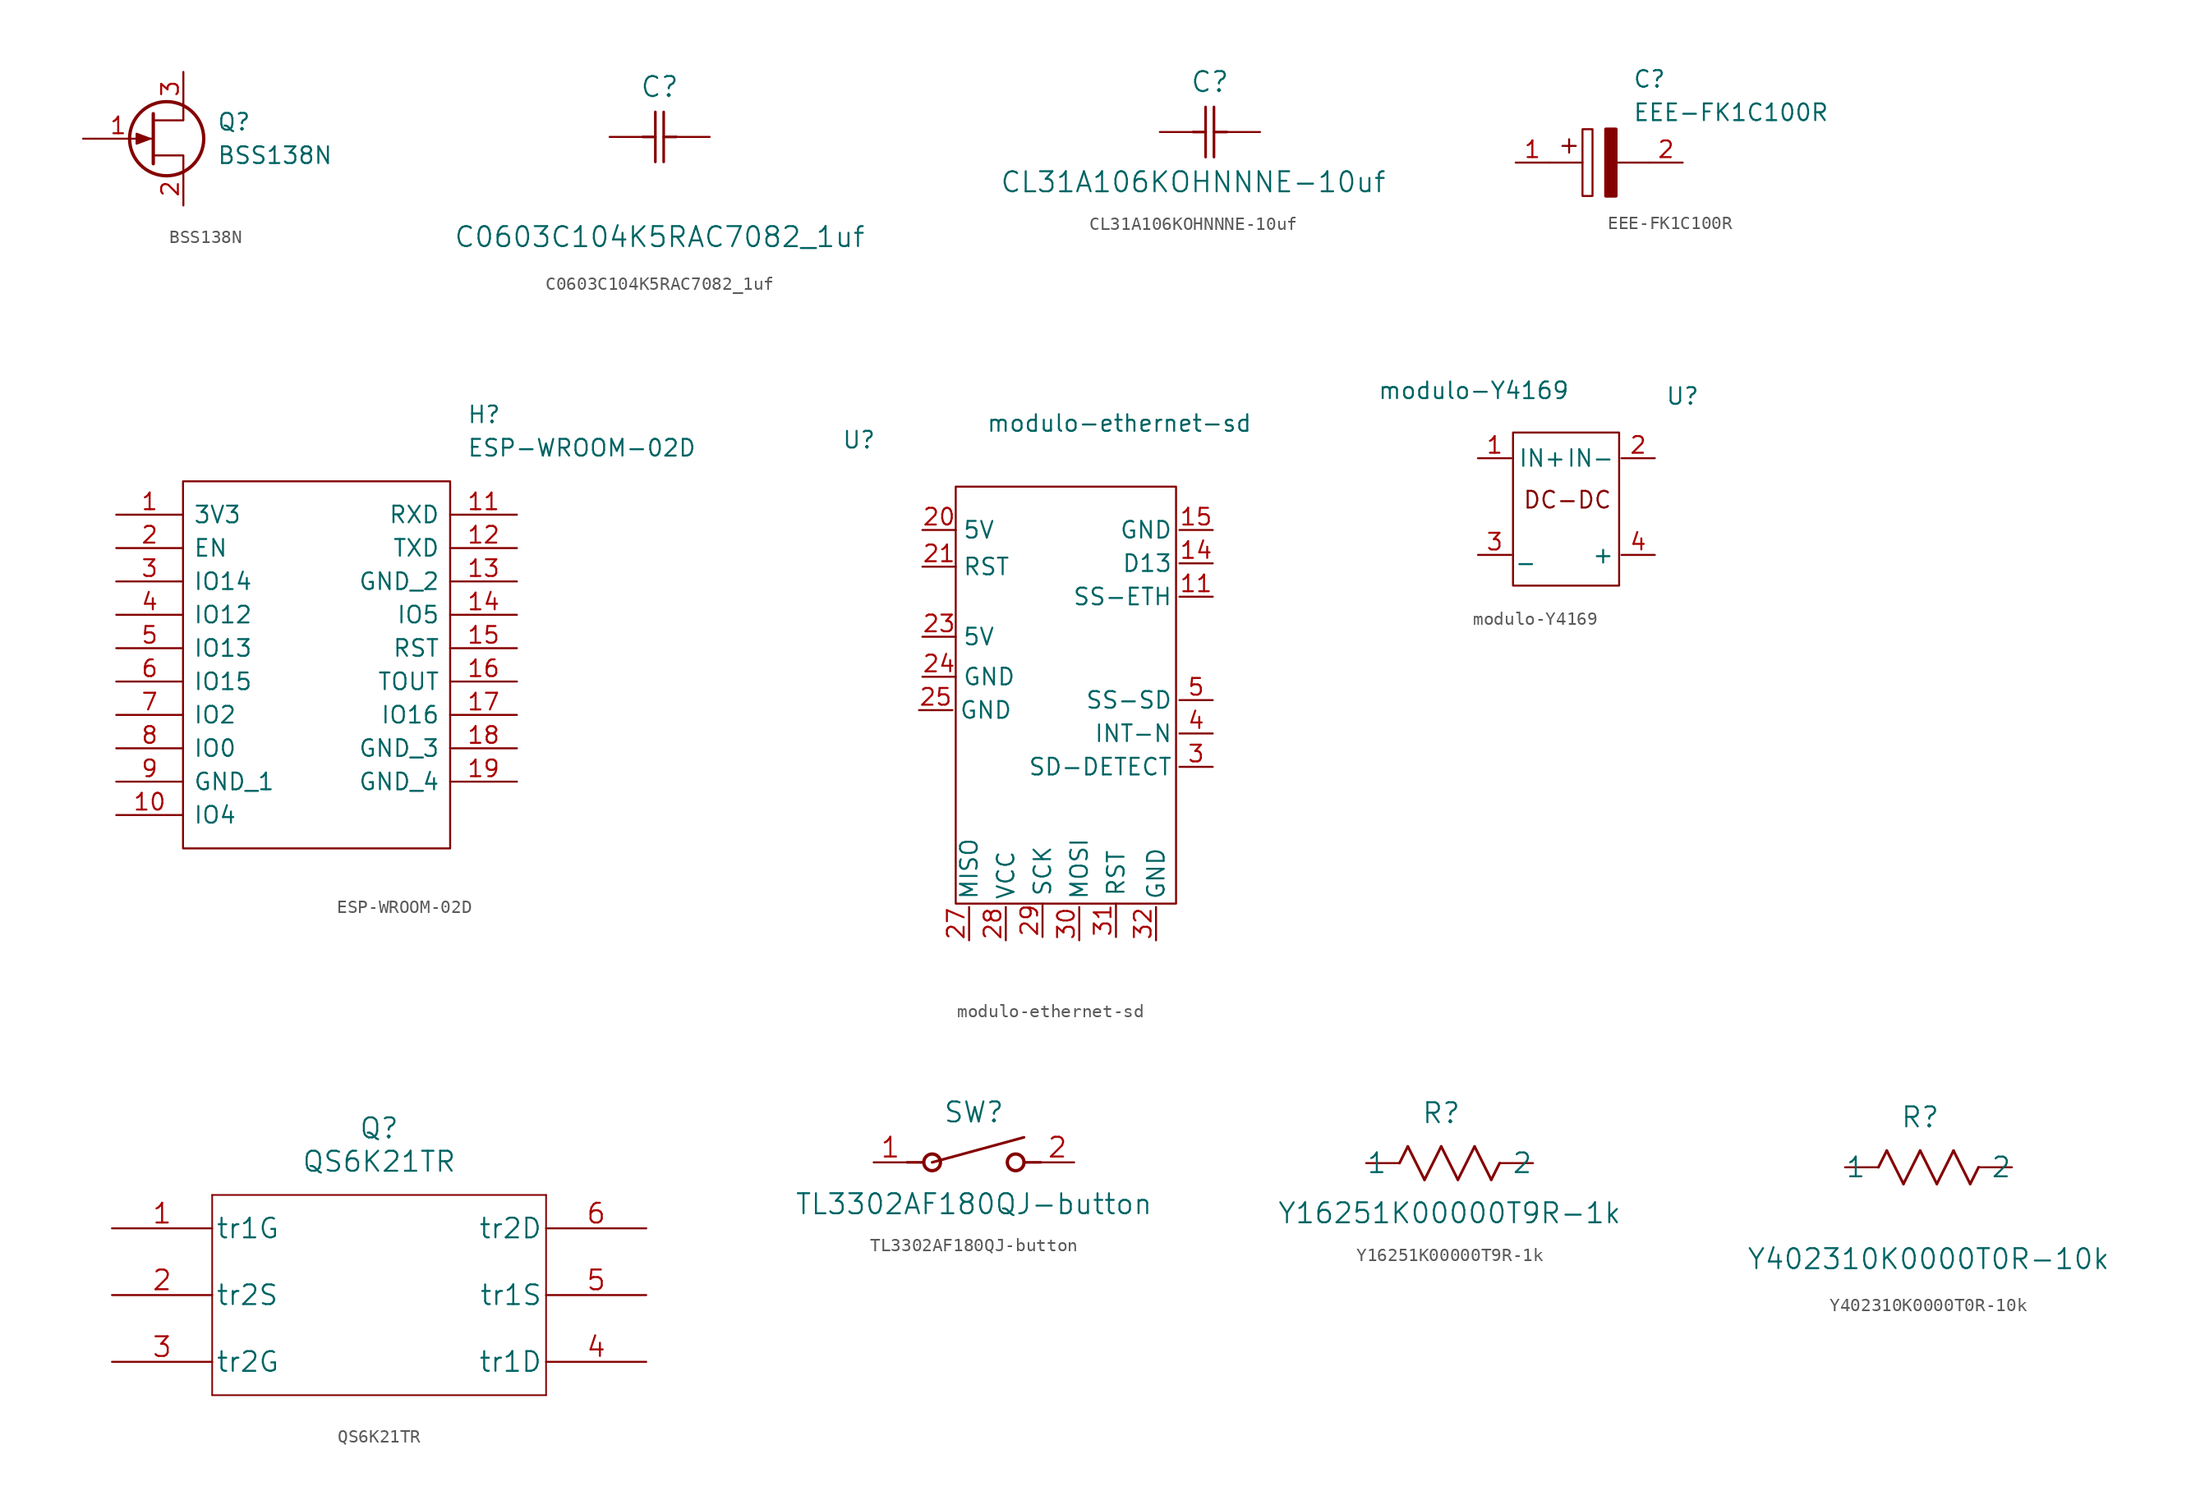
<source format=kicad_sym>
(kicad_symbol_lib
  (version 20211014)
  (generator kicad_symbol_editor)
  (symbol "BSS138N"
    (pin_names
      (offset 0) hide)
    (property "Reference" "Q"
      (at 5.08 1.27 0)
      (effects (font (size 1.27 1.27)) (justify left)))
    (property "Value" "BSS138N"
      (at 5.08 -1.27 0)
      (effects (font (size 1.27 1.27)) (justify left)))
    (symbol "BSS138N_0_1"
      (polyline (pts (xy 0.254 1.905) (xy 0.254 -1.905) (xy 0.254 -1.905)) (stroke (width 0.254) (type default) (color 0 0 0 0)) (fill (type none)))
      (polyline (pts (xy 2.54 -2.54) (xy 2.54 -1.27) (xy 0.254 -1.27)) (stroke (width 0) (type default) (color 0 0 0 0)) (fill (type none)))
      (polyline (pts (xy 2.54 2.54) (xy 2.54 1.397) (xy 0.254 1.397)) (stroke (width 0) (type default) (color 0 0 0 0)) (fill (type none)))
      (polyline (pts (xy 0 0) (xy -1.016 0.381) (xy -1.016 -0.381) (xy 0 0)) (stroke (width 0) (type default) (color 0 0 0 0)) (fill (type outline)))
      (circle (center 1.27 0) (radius 2.819) (stroke (width 0.254) (type default) (color 0 0 0 0)) (fill (type none))))
    (symbol "BSS138N_1_1"
      (pin input line (at -5.08 0 0) (length 5.334) (name "G" (effects (font (size 1.27 1.27)))) (number "1" (effects (font (size 1.27 1.27)))))
      (pin passive line (at 2.54 -5.08 90) (length 2.54) (name "S" (effects (font (size 1.27 1.27)))) (number "2" (effects (font (size 1.27 1.27)))))
      (pin passive line (at 2.54 5.08 270) (length 2.54) (name "D" (effects (font (size 1.27 1.27)))) (number "3" (effects (font (size 1.27 1.27)))))))
  (symbol "C0603C104K5RAC7082_1uf"
    (pin_numbers hide)
    (pin_names
      (offset 1.651) hide)
    (property "Reference" "C"
      (at 3.81 3.81 0)
      (effects (font (size 1.524 1.524))))
    (property "Value" "C0603C104K5RAC7082_1uf"
      (at 3.81 -7.62 0)
      (effects (font (size 1.524 1.524))))
    (property "Datasheet" ""
      (at 0 0 0)
      (effects (font (size 1.524 1.524))))
    (property "ki_locked" ""
      (at 0 0 0)
      (effects (font (size 1.27 1.27))))
    (symbol "C0603C104K5RAC7082_1uf_1_1"
      (polyline (pts (xy 2.54 0) (xy 3.48 0)) (stroke (width 0.203) (type default) (color 0 0 0 0)) (fill (type none)))
      (polyline (pts (xy 3.48 -1.905) (xy 3.48 1.905)) (stroke (width 0.203) (type default) (color 0 0 0 0)) (fill (type none)))
      (polyline (pts (xy 4.115 -1.905) (xy 4.115 1.905)) (stroke (width 0.203) (type default) (color 0 0 0 0)) (fill (type none)))
      (polyline (pts (xy 4.115 0) (xy 5.08 0)) (stroke (width 0.203) (type default) (color 0 0 0 0)) (fill (type none)))
      (pin unspecified line (at 0 0 0) (length 2.54) (name "1" (effects (font (size 1.499 1.499)))) (number "1" (effects (font (size 1.499 1.499)))))
      (pin unspecified line (at 7.62 0 180) (length 2.54) (name "2" (effects (font (size 1.499 1.499)))) (number "2" (effects (font (size 1.499 1.499)))))))
  (symbol "CL31A106KOHNNNE-10uf"
    (pin_numbers hide)
    (pin_names
      (offset 1.651) hide)
    (property "Reference" "C"
      (at 3.81 3.81 0)
      (effects (font (size 1.524 1.524))))
    (property "Value" "CL31A106KOHNNNE-10uf"
      (at 2.54 -3.81 0)
      (effects (font (size 1.524 1.524))))
    (property "Datasheet" ""
      (at 0 0 0)
      (effects (font (size 1.524 1.524))))
    (symbol "CL31A106KOHNNNE-10uf_1_1"
      (polyline (pts (xy 2.54 0) (xy 3.48 0)) (stroke (width 0.203) (type default) (color 0 0 0 0)) (fill (type none)))
      (polyline (pts (xy 3.48 -1.905) (xy 3.48 1.905)) (stroke (width 0.203) (type default) (color 0 0 0 0)) (fill (type none)))
      (polyline (pts (xy 4.115 -1.905) (xy 4.115 1.905)) (stroke (width 0.203) (type default) (color 0 0 0 0)) (fill (type none)))
      (polyline (pts (xy 4.115 0) (xy 5.08 0)) (stroke (width 0.203) (type default) (color 0 0 0 0)) (fill (type none)))
      (pin unspecified line (at 0 0 0) (length 2.54) (name "1" (effects (font (size 1.499 1.499)))) (number "1" (effects (font (size 1.499 1.499)))))
      (pin unspecified line (at 7.62 0 180) (length 2.54) (name "2" (effects (font (size 1.499 1.499)))) (number "2" (effects (font (size 1.499 1.499)))))))
  (symbol "EEE-FK1C100R"
    (pin_names
      (offset 0.762))
    (property "Reference" "C"
      (at 8.89 6.35 0)
      (effects (font (size 1.27 1.27)) (justify left)))
    (property "Value" "EEE-FK1C100R"
      (at 8.89 3.81 0)
      (effects (font (size 1.27 1.27)) (justify left)))
    (symbol "EEE-FK1C100R_0_0"
      (pin passive line (at 0 0 0) (length 2.54) (name "~" (effects (font (size 1.27 1.27)))) (number "1" (effects (font (size 1.27 1.27)))))
      (pin passive line (at 12.7 0 180) (length 2.54) (name "~" (effects (font (size 1.27 1.27)))) (number "2" (effects (font (size 1.27 1.27))))))
    (symbol "EEE-FK1C100R_0_1"
      (polyline (pts (xy 2.54 0) (xy 5.08 0)) (stroke (width 0.152) (type default) (color 0 0 0 0)) (fill (type none)))
      (polyline (pts (xy 4.064 1.778) (xy 4.064 0.762)) (stroke (width 0.152) (type default) (color 0 0 0 0)) (fill (type none)))
      (polyline (pts (xy 4.572 1.27) (xy 3.556 1.27)) (stroke (width 0.152) (type default) (color 0 0 0 0)) (fill (type none)))
      (polyline (pts (xy 7.62 0) (xy 10.16 0)) (stroke (width 0.152) (type default) (color 0 0 0 0)) (fill (type none)))
      (polyline (pts (xy 5.08 2.54) (xy 5.08 -2.54) (xy 5.842 -2.54) (xy 5.842 2.54) (xy 5.08 2.54)) (stroke (width 0.152) (type default) (color 0 0 0 0)) (fill (type none)))
      (polyline (pts (xy 7.62 2.54) (xy 7.62 -2.54) (xy 6.858 -2.54) (xy 6.858 2.54) (xy 7.62 2.54)) (stroke (width 0.254) (type default) (color 0 0 0 0)) (fill (type outline)))))
  (symbol "ESP-WROOM-02D"
    (pin_names
      (offset 0.762))
    (property "Reference" "H"
      (at 26.67 7.62 0)
      (effects (font (size 1.27 1.27)) (justify left)))
    (property "Value" "ESP-WROOM-02D"
      (at 26.67 5.08 0)
      (effects (font (size 1.27 1.27)) (justify left)))
    (symbol "ESP-WROOM-02D_0_0"
      (pin passive line (at 0 0 0) (length 5.08) (name "3V3" (effects (font (size 1.27 1.27)))) (number "1" (effects (font (size 1.27 1.27)))))
      (pin passive line (at 0 -22.86 0) (length 5.08) (name "IO4" (effects (font (size 1.27 1.27)))) (number "10" (effects (font (size 1.27 1.27)))))
      (pin passive line (at 30.48 0 180) (length 5.08) (name "RXD" (effects (font (size 1.27 1.27)))) (number "11" (effects (font (size 1.27 1.27)))))
      (pin passive line (at 30.48 -2.54 180) (length 5.08) (name "TXD" (effects (font (size 1.27 1.27)))) (number "12" (effects (font (size 1.27 1.27)))))
      (pin passive line (at 30.48 -5.08 180) (length 5.08) (name "GND_2" (effects (font (size 1.27 1.27)))) (number "13" (effects (font (size 1.27 1.27)))))
      (pin passive line (at 30.48 -7.62 180) (length 5.08) (name "IO5" (effects (font (size 1.27 1.27)))) (number "14" (effects (font (size 1.27 1.27)))))
      (pin passive line (at 30.48 -10.16 180) (length 5.08) (name "RST" (effects (font (size 1.27 1.27)))) (number "15" (effects (font (size 1.27 1.27)))))
      (pin passive line (at 30.48 -12.7 180) (length 5.08) (name "TOUT" (effects (font (size 1.27 1.27)))) (number "16" (effects (font (size 1.27 1.27)))))
      (pin passive line (at 30.48 -15.24 180) (length 5.08) (name "IO16" (effects (font (size 1.27 1.27)))) (number "17" (effects (font (size 1.27 1.27)))))
      (pin passive line (at 30.48 -17.78 180) (length 5.08) (name "GND_3" (effects (font (size 1.27 1.27)))) (number "18" (effects (font (size 1.27 1.27)))))
      (pin passive line (at 30.48 -20.32 180) (length 5.08) (name "GND_4" (effects (font (size 1.27 1.27)))) (number "19" (effects (font (size 1.27 1.27)))))
      (pin passive line (at 0 -2.54 0) (length 5.08) (name "EN" (effects (font (size 1.27 1.27)))) (number "2" (effects (font (size 1.27 1.27)))))
      (pin passive line (at 0 -5.08 0) (length 5.08) (name "IO14" (effects (font (size 1.27 1.27)))) (number "3" (effects (font (size 1.27 1.27)))))
      (pin passive line (at 0 -7.62 0) (length 5.08) (name "IO12" (effects (font (size 1.27 1.27)))) (number "4" (effects (font (size 1.27 1.27)))))
      (pin passive line (at 0 -10.16 0) (length 5.08) (name "IO13" (effects (font (size 1.27 1.27)))) (number "5" (effects (font (size 1.27 1.27)))))
      (pin passive line (at 0 -12.7 0) (length 5.08) (name "IO15" (effects (font (size 1.27 1.27)))) (number "6" (effects (font (size 1.27 1.27)))))
      (pin passive line (at 0 -15.24 0) (length 5.08) (name "IO2" (effects (font (size 1.27 1.27)))) (number "7" (effects (font (size 1.27 1.27)))))
      (pin passive line (at 0 -17.78 0) (length 5.08) (name "IO0" (effects (font (size 1.27 1.27)))) (number "8" (effects (font (size 1.27 1.27)))))
      (pin passive line (at 0 -20.32 0) (length 5.08) (name "GND_1" (effects (font (size 1.27 1.27)))) (number "9" (effects (font (size 1.27 1.27))))))
    (symbol "ESP-WROOM-02D_0_1"
      (polyline (pts (xy 5.08 2.54) (xy 25.4 2.54) (xy 25.4 -25.4) (xy 5.08 -25.4) (xy 5.08 2.54)) (stroke (width 0.152) (type default) (color 0 0 0 0)) (fill (type none)))))
  (symbol "modulo-ethernet-sd"
    (property "Reference" "U"
      (at -20.066 16.51 0)
      (effects (font (size 1.27 1.27))))
    (property "Value" "modulo-ethernet-sd"
      (at -0.254 17.78 0)
      (effects (font (size 1.27 1.27))))
    (symbol "modulo-ethernet-sd_0_1"
      (rectangle (start -12.7 12.954) (end 4.064 -18.796) (stroke (width 0) (type default) (color 0 0 0 0)) (fill (type none))))
    (symbol "modulo-ethernet-sd_1_1"
      (pin bidirectional line (at 6.858 4.572 180) (length 2.54) (name "SS-ETH" (effects (font (size 1.27 1.27)))) (number "11" (effects (font (size 1.27 1.27)))))
      (pin bidirectional line (at 6.858 7.112 180) (length 2.54) (name "D13" (effects (font (size 1.27 1.27)))) (number "14" (effects (font (size 1.27 1.27)))))
      (pin bidirectional line (at 6.858 9.652 180) (length 2.54) (name "GND" (effects (font (size 1.27 1.27)))) (number "15" (effects (font (size 1.27 1.27)))))
      (pin power_in line (at -15.24 9.652 0) (length 2.54) (name "5V" (effects (font (size 1.27 1.27)))) (number "20" (effects (font (size 1.27 1.27)))))
      (pin input line (at -15.24 6.858 0) (length 2.54) (name "RST" (effects (font (size 1.27 1.27)))) (number "21" (effects (font (size 1.27 1.27)))))
      (pin power_in line (at -15.24 1.524 0) (length 2.54) (name "5V" (effects (font (size 1.27 1.27)))) (number "23" (effects (font (size 1.27 1.27)))))
      (pin unspecified line (at -15.24 -1.524 0) (length 2.54) (name "GND" (effects (font (size 1.27 1.27)))) (number "24" (effects (font (size 1.27 1.27)))))
      (pin unspecified line (at -15.494 -4.064 0) (length 2.54) (name "GND" (effects (font (size 1.27 1.27)))) (number "25" (effects (font (size 1.27 1.27)))))
      (pin bidirectional line (at -11.684 -21.59 90) (length 2.54) (name "MISO" (effects (font (size 1.27 1.27)))) (number "27" (effects (font (size 1.27 1.27)))))
      (pin bidirectional line (at -8.89 -21.59 90) (length 2.54) (name "VCC" (effects (font (size 1.27 1.27)))) (number "28" (effects (font (size 1.27 1.27)))))
      (pin bidirectional line (at -6.096 -21.336 90) (length 2.54) (name "SCK" (effects (font (size 1.27 1.27)))) (number "29" (effects (font (size 1.27 1.27)))))
      (pin bidirectional line (at 6.858 -8.382 180) (length 2.54) (name "SD-DETECT" (effects (font (size 1.27 1.27)))) (number "3" (effects (font (size 1.27 1.27)))))
      (pin bidirectional line (at -3.302 -21.59 90) (length 2.54) (name "MOSI" (effects (font (size 1.27 1.27)))) (number "30" (effects (font (size 1.27 1.27)))))
      (pin bidirectional line (at -0.508 -21.336 90) (length 2.54) (name "RST" (effects (font (size 1.27 1.27)))) (number "31" (effects (font (size 1.27 1.27)))))
      (pin bidirectional line (at 2.54 -21.59 90) (length 2.54) (name "GND" (effects (font (size 1.27 1.27)))) (number "32" (effects (font (size 1.27 1.27)))))
      (pin bidirectional line (at 6.858 -5.842 180) (length 2.54) (name "INT-N" (effects (font (size 1.27 1.27)))) (number "4" (effects (font (size 1.27 1.27)))))
      (pin bidirectional line (at 6.858 -3.302 180) (length 2.54) (name "SS-SD" (effects (font (size 1.27 1.27)))) (number "5" (effects (font (size 1.27 1.27)))))))
  (symbol "modulo-Y4169"
    (property "Reference" "U"
      (at 8.966 8.534 0)
      (effects (font (size 1.27 1.27))))
    (property "Value" "modulo-Y4169"
      (at -6.934 8.966 0)
      (effects (font (size 1.27 1.27))))
    (symbol "modulo-Y4169_0_0"
      (text "DC-DC" (at 0.203 0.635 0) (effects (font (size 1.27 1.27)))))
    (symbol "modulo-Y4169_0_1"
      (rectangle (start -3.937 5.766) (end 4.14 -5.893) (stroke (width 0) (type default) (color 0 0 0 0)) (fill (type none))))
    (symbol "modulo-Y4169_1_1"
      (pin input line (at -6.604 3.81 0) (length 2.54) (name "IN+" (effects (font (size 1.27 1.27)))) (number "1" (effects (font (size 1.27 1.27)))))
      (pin input line (at 6.858 3.81 180) (length 2.54) (name "IN-" (effects (font (size 1.27 1.27)))) (number "2" (effects (font (size 1.27 1.27)))))
      (pin output line (at -6.604 -3.556 0) (length 2.54) (name "_" (effects (font (size 1.27 1.27)))) (number "3" (effects (font (size 1.27 1.27)))))
      (pin output line (at 6.858 -3.556 180) (length 2.54) (name "+" (effects (font (size 1.27 1.27)))) (number "4" (effects (font (size 1.27 1.27)))))))
  (symbol "QS6K21TR"
    (pin_names
      (offset 0.254))
    (property "Reference" "Q"
      (at 0 12.7 0)
      (effects (font (size 1.524 1.524))))
    (property "Value" "QS6K21TR"
      (at 0 10.16 0)
      (effects (font (size 1.524 1.524))))
    (property "Datasheet" ""
      (at -20.32 2.54 0)
      (effects (font (size 1.524 1.524))))
    (symbol "QS6K21TR_1_1"
      (polyline (pts (xy -12.7 -7.62) (xy 12.7 -7.62)) (stroke (width 0.127) (type default) (color 0 0 0 0)) (fill (type none)))
      (polyline (pts (xy -12.7 7.62) (xy -12.7 -7.62)) (stroke (width 0.127) (type default) (color 0 0 0 0)) (fill (type none)))
      (polyline (pts (xy 12.7 -7.62) (xy 12.7 7.62)) (stroke (width 0.127) (type default) (color 0 0 0 0)) (fill (type none)))
      (polyline (pts (xy 12.7 7.62) (xy -12.7 7.62)) (stroke (width 0.127) (type default) (color 0 0 0 0)) (fill (type none)))
      (pin input line (at -20.32 5.08 0) (length 7.62) (name "tr1G" (effects (font (size 1.499 1.499)))) (number "1" (effects (font (size 1.499 1.499)))))
      (pin open_emitter line (at -20.32 0 0) (length 7.62) (name "tr2S" (effects (font (size 1.499 1.499)))) (number "2" (effects (font (size 1.499 1.499)))))
      (pin input line (at -20.32 -5.08 0) (length 7.62) (name "tr2G" (effects (font (size 1.499 1.499)))) (number "3" (effects (font (size 1.499 1.499)))))
      (pin open_collector line (at 20.32 -5.08 180) (length 7.62) (name "tr1D" (effects (font (size 1.499 1.499)))) (number "4" (effects (font (size 1.499 1.499)))))
      (pin open_emitter line (at 20.32 0 180) (length 7.62) (name "tr1S" (effects (font (size 1.499 1.499)))) (number "5" (effects (font (size 1.499 1.499)))))
      (pin open_collector line (at 20.32 5.08 180) (length 7.62) (name "tr2D" (effects (font (size 1.499 1.499)))) (number "6" (effects (font (size 1.499 1.499)))))))
  (symbol "TL3302AF180QJ-button"
    (pin_names
      (offset -1.905) hide)
    (property "Reference" "SW"
      (at 7.62 3.81 0)
      (effects (font (size 1.524 1.524))))
    (property "Value" "TL3302AF180QJ-button"
      (at 7.62 -3.175 0)
      (effects (font (size 1.524 1.524))))
    (property "Datasheet" ""
      (at 0 0 0)
      (effects (font (size 1.524 1.524))))
    (symbol "TL3302AF180QJ-button_1_1"
      (polyline (pts (xy 2.54 0) (xy 3.81 0)) (stroke (width 0.203) (type default) (color 0 0 0 0)) (fill (type none)))
      (polyline (pts (xy 4.445 0) (xy 11.43 1.905)) (stroke (width 0.203) (type default) (color 0 0 0 0)) (fill (type none)))
      (polyline (pts (xy 12.7 0) (xy 11.43 0)) (stroke (width 0.203) (type default) (color 0 0 0 0)) (fill (type none)))
      (circle (center 4.445 0) (radius 0.635) (stroke (width 0.254) (type default) (color 0 0 0 0)) (fill (type none)))
      (circle (center 10.795 0) (radius 0.635) (stroke (width 0.254) (type default) (color 0 0 0 0)) (fill (type none)))
      (pin unspecified line (at 0 0 0) (length 2.54) (name "1" (effects (font (size 1.499 1.499)))) (number "1" (effects (font (size 1.499 1.499)))))
      (pin unspecified line (at 15.24 0 180) (length 2.54) (name "2" (effects (font (size 1.499 1.499)))) (number "2" (effects (font (size 1.499 1.499)))))))
  (symbol "Y16251K00000T9R-1k"
    (pin_numbers hide)
    (pin_names
      (offset -2.54))
    (property "Reference" "R"
      (at 5.715 3.81 0)
      (effects (font (size 1.524 1.524))))
    (property "Value" "Y16251K00000T9R-1k"
      (at 6.35 -3.81 0)
      (effects (font (size 1.524 1.524))))
    (property "Datasheet" ""
      (at 0 0 0)
      (effects (font (size 1.524 1.524))))
    (symbol "Y16251K00000T9R-1k_1_1"
      (polyline (pts (xy 2.54 0) (xy 3.175 1.27)) (stroke (width 0.203) (type default) (color 0 0 0 0)) (fill (type none)))
      (polyline (pts (xy 3.175 1.27) (xy 4.445 -1.27)) (stroke (width 0.203) (type default) (color 0 0 0 0)) (fill (type none)))
      (polyline (pts (xy 4.445 -1.27) (xy 5.715 1.27)) (stroke (width 0.203) (type default) (color 0 0 0 0)) (fill (type none)))
      (polyline (pts (xy 5.715 1.27) (xy 6.985 -1.27)) (stroke (width 0.203) (type default) (color 0 0 0 0)) (fill (type none)))
      (polyline (pts (xy 6.985 -1.27) (xy 8.255 1.27)) (stroke (width 0.203) (type default) (color 0 0 0 0)) (fill (type none)))
      (polyline (pts (xy 8.255 1.27) (xy 9.525 -1.27)) (stroke (width 0.203) (type default) (color 0 0 0 0)) (fill (type none)))
      (polyline (pts (xy 9.525 -1.27) (xy 10.16 0)) (stroke (width 0.203) (type default) (color 0 0 0 0)) (fill (type none)))
      (pin unspecified line (at 0 0 0) (length 2.54) (name "1" (effects (font (size 1.499 1.499)))) (number "1" (effects (font (size 1.499 1.499)))))
      (pin unspecified line (at 12.7 0 180) (length 2.54) (name "2" (effects (font (size 1.499 1.499)))) (number "2" (effects (font (size 1.499 1.499)))))))
  (symbol "Y402310K0000T0R-10k"
    (pin_numbers hide)
    (pin_names
      (offset -2.54))
    (property "Reference" "R"
      (at 5.715 3.81 0)
      (effects (font (size 1.524 1.524))))
    (property "Value" "Y402310K0000T0R-10k"
      (at 6.35 -6.985 0)
      (effects (font (size 1.524 1.524))))
    (property "Datasheet" ""
      (at 0 0 0)
      (effects (font (size 1.524 1.524))))
    (property "ki_locked" ""
      (at 0 0 0)
      (effects (font (size 1.27 1.27))))
    (symbol "Y402310K0000T0R-10k_1_1"
      (polyline (pts (xy 2.54 0) (xy 3.175 1.27)) (stroke (width 0.203) (type default) (color 0 0 0 0)) (fill (type none)))
      (polyline (pts (xy 3.175 1.27) (xy 4.445 -1.27)) (stroke (width 0.203) (type default) (color 0 0 0 0)) (fill (type none)))
      (polyline (pts (xy 4.445 -1.27) (xy 5.715 1.27)) (stroke (width 0.203) (type default) (color 0 0 0 0)) (fill (type none)))
      (polyline (pts (xy 5.715 1.27) (xy 6.985 -1.27)) (stroke (width 0.203) (type default) (color 0 0 0 0)) (fill (type none)))
      (polyline (pts (xy 6.985 -1.27) (xy 8.255 1.27)) (stroke (width 0.203) (type default) (color 0 0 0 0)) (fill (type none)))
      (polyline (pts (xy 8.255 1.27) (xy 9.525 -1.27)) (stroke (width 0.203) (type default) (color 0 0 0 0)) (fill (type none)))
      (polyline (pts (xy 9.525 -1.27) (xy 10.16 0)) (stroke (width 0.203) (type default) (color 0 0 0 0)) (fill (type none)))
      (pin unspecified line (at 0 0 0) (length 2.54) (name "1" (effects (font (size 1.499 1.499)))) (number "1" (effects (font (size 1.499 1.499)))))
      (pin unspecified line (at 12.7 0 180) (length 2.54) (name "2" (effects (font (size 1.499 1.499)))) (number "2" (effects (font (size 1.499 1.499))))))))
</source>
